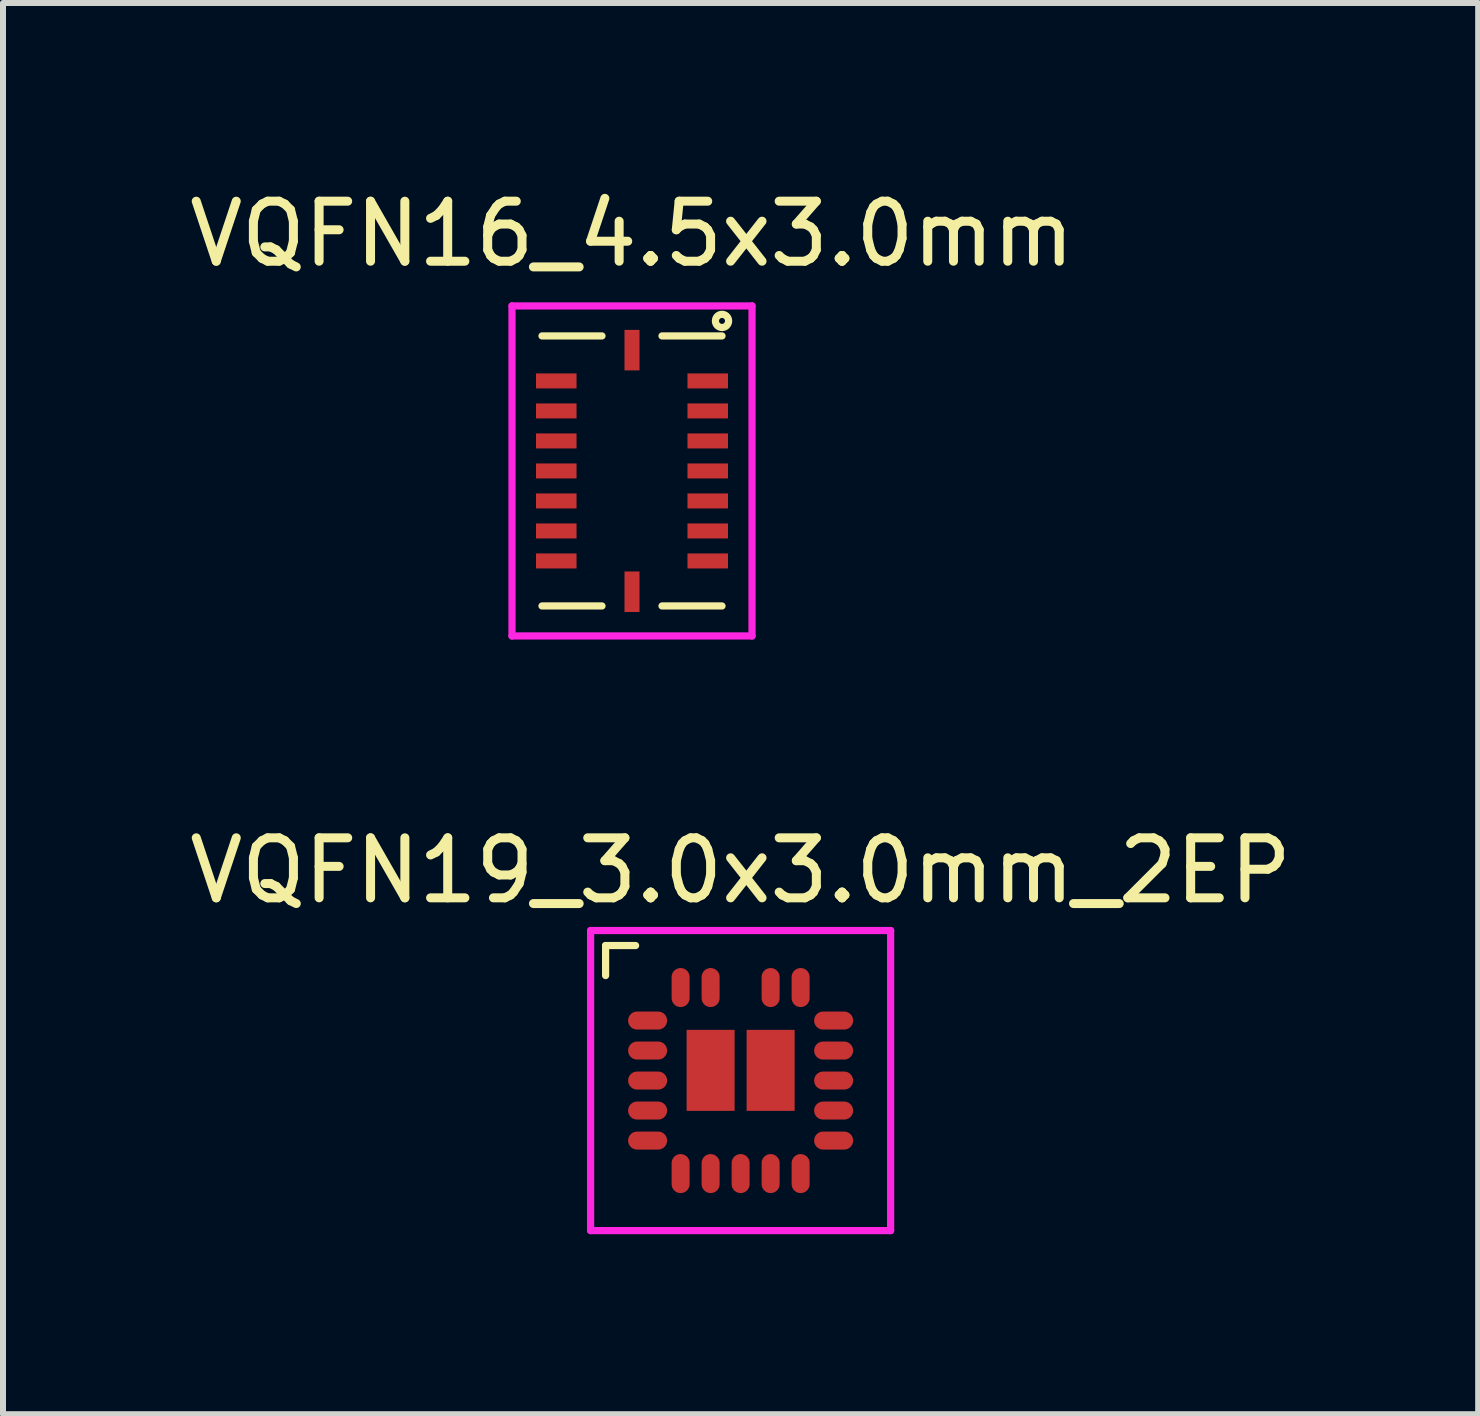
<source format=kicad_pcb>
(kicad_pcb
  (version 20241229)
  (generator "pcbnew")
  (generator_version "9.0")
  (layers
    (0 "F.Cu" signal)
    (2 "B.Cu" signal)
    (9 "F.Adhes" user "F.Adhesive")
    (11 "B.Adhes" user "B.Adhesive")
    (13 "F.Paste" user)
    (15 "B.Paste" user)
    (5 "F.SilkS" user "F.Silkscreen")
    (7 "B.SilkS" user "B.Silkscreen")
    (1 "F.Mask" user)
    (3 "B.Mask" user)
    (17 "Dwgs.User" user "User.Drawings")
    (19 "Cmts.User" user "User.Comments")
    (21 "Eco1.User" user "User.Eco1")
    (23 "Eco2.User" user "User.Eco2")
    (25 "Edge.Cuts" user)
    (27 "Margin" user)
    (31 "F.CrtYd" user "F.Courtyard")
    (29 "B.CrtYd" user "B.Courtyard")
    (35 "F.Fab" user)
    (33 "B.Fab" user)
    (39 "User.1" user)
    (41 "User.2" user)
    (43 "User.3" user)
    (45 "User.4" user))
  (footprint "VQFN19_3.0x3.0mm_2EP"
    (layer "F.Cu")
    (at 9.292 14.957)
    (property "Reference" "VQFN19_3.0x3.0mm_2EP" (at 0 -3.5 0) (layer "F.SilkS") (effects (font (size 1 1) (thickness 0.15))))
    (attr smd)
    (fp_line (start -2.25 -2.25) (end -2.25 -1.75) (stroke (width 0.12) (type solid)) (layer "F.SilkS"))
    (fp_line (start -1.75 -2.25) (end -2.25 -2.25) (stroke (width 0.12) (type solid)) (layer "F.SilkS"))
    (fp_line (start -2.5 -2.5) (end 2.5 -2.5) (stroke (width 0.12) (type solid)) (layer "F.CrtYd"))
    (fp_line (start -2.5 2.5) (end -2.5 -2.5) (stroke (width 0.12) (type solid)) (layer "F.CrtYd"))
    (fp_line (start 2.5 -2.5) (end 2.5 2.5) (stroke (width 0.12) (type solid)) (layer "F.CrtYd"))
    (fp_line (start 2.5 2.5) (end -2.5 2.5) (stroke (width 0.12) (type solid)) (layer "F.CrtYd"))
    (pad "1" smd oval (at -1.55 -1 90) (size 0.3 0.65) (layers "F.Cu" "F.Mask" "F.Paste"))
    (pad "2" smd oval (at -1.55 -0.5 90) (size 0.3 0.65) (layers "F.Cu" "F.Mask" "F.Paste"))
    (pad "3" smd oval (at -1.55 0 90) (size 0.3 0.65) (layers "F.Cu" "F.Mask" "F.Paste"))
    (pad "4" smd oval (at -1.55 0.5 90) (size 0.3 0.65) (layers "F.Cu" "F.Mask" "F.Paste"))
    (pad "5" smd oval (at -1.55 1 90) (size 0.3 0.65) (layers "F.Cu" "F.Mask" "F.Paste"))
    (pad "6" smd oval (at -1 1.55 180) (size 0.3 0.65) (layers "F.Cu" "F.Mask" "F.Paste"))
    (pad "7" smd oval (at -0.5 1.55 180) (size 0.3 0.65) (layers "F.Cu" "F.Mask" "F.Paste"))
    (pad "8" smd oval (at 0 1.55 180) (size 0.3 0.65) (layers "F.Cu" "F.Mask" "F.Paste"))
    (pad "9" smd oval (at 0.5 1.55 180) (size 0.3 0.65) (layers "F.Cu" "F.Mask" "F.Paste"))
    (pad "10" smd oval (at 1 1.55 180) (size 0.3 0.65) (layers "F.Cu" "F.Mask" "F.Paste"))
    (pad "11" smd oval (at 1.55 1 270) (size 0.3 0.65) (layers "F.Cu" "F.Mask" "F.Paste"))
    (pad "12" smd oval (at 1.55 0.5 270) (size 0.3 0.65) (layers "F.Cu" "F.Mask" "F.Paste"))
    (pad "13" smd oval (at 1.55 0 270) (size 0.3 0.65) (layers "F.Cu" "F.Mask" "F.Paste"))
    (pad "14" smd oval (at 1.55 -0.5 270) (size 0.3 0.65) (layers "F.Cu" "F.Mask" "F.Paste"))
    (pad "15" smd oval (at 1.55 -1 270) (size 0.3 0.65) (layers "F.Cu" "F.Mask" "F.Paste"))
    (pad "16" smd oval (at 1 -1.55) (size 0.3 0.65) (layers "F.Cu" "F.Mask" "F.Paste"))
    (pad "17" smd oval (at 0.5 -1.55) (size 0.3 0.65) (layers "F.Cu" "F.Mask" "F.Paste"))
    (pad "19" smd oval (at -0.5 -1.55) (size 0.3 0.65) (layers "F.Cu" "F.Mask" "F.Paste"))
    (pad "20" smd oval (at -1 -1.55) (size 0.3 0.65) (layers "F.Cu" "F.Mask" "F.Paste"))
    (pad "21" smd rect (at 0.5 -0.17) (size 0.8 1.35) (layers "F.Cu" "F.Mask" "F.Paste"))
    (pad "22" smd rect (at -0.5 -0.17) (size 0.8 1.35) (layers "F.Cu" "F.Mask" "F.Paste")))
  (footprint "VQFN16_4.5x3.0mm"
    (layer "F.Cu")
    (at 7.482 4.798)
    (property "Reference" "VQFN16_4.5x3.0mm" (at 0 -3.95 0) (layer "F.SilkS") (effects (font (size 1 1) (thickness 0.15))))
    (attr through_hole)
    (fp_line (start -1.5 -2.25) (end -0.5 -2.25) (stroke (width 0.12) (type solid)) (layer "F.SilkS"))
    (fp_line (start -1.5 2.25) (end -0.5 2.25) (stroke (width 0.12) (type solid)) (layer "F.SilkS"))
    (fp_line (start 0.5 -2.25) (end 1.5 -2.25) (stroke (width 0.12) (type solid)) (layer "F.SilkS"))
    (fp_line (start 0.5 2.25) (end 1.5 2.25) (stroke (width 0.12) (type solid)) (layer "F.SilkS"))
    (fp_circle (center 1.5 -2.5) (end 1.55 -2.5) (stroke (width 0.12) (type solid)) (fill no) (layer "F.SilkS"))
    (fp_line (start -2 -2.75) (end -2 2.75) (stroke (width 0.12) (type solid)) (layer "F.CrtYd"))
    (fp_line (start -2 2.75) (end 2 2.75) (stroke (width 0.12) (type solid)) (layer "F.CrtYd"))
    (fp_line (start 2 -2.75) (end -2 -2.75) (stroke (width 0.12) (type solid)) (layer "F.CrtYd"))
    (fp_line (start 2 2.75) (end 2 -2.75) (stroke (width 0.12) (type solid)) (layer "F.CrtYd"))
    (pad "1" smd rect (at 1.262 -1.5 90) (size 0.25 0.675) (layers "F.Cu" "F.Mask" "F.Paste"))
    (pad "2" smd rect (at 1.262 -1 90) (size 0.25 0.675) (layers "F.Cu" "F.Mask" "F.Paste"))
    (pad "3" smd rect (at 1.262 -0.5 90) (size 0.25 0.675) (layers "F.Cu" "F.Mask" "F.Paste"))
    (pad "4" smd rect (at 1.262 0 90) (size 0.25 0.675) (layers "F.Cu" "F.Mask" "F.Paste"))
    (pad "5" smd rect (at 1.262 0.5 90) (size 0.25 0.675) (layers "F.Cu" "F.Mask" "F.Paste"))
    (pad "6" smd rect (at 1.262 1 90) (size 0.25 0.675) (layers "F.Cu" "F.Mask" "F.Paste"))
    (pad "7" smd rect (at 1.262 1.5 90) (size 0.25 0.675) (layers "F.Cu" "F.Mask" "F.Paste"))
    (pad "8" smd rect (at 0 2.013 180) (size 0.25 0.675) (layers "F.Cu" "F.Mask" "F.Paste"))
    (pad "9" smd rect (at -1.262 1.5 270) (size 0.25 0.675) (layers "F.Cu" "F.Mask" "F.Paste"))
    (pad "10" smd rect (at -1.262 1 270) (size 0.25 0.675) (layers "F.Cu" "F.Mask" "F.Paste"))
    (pad "11" smd rect (at -1.262 0.5 270) (size 0.25 0.675) (layers "F.Cu" "F.Mask" "F.Paste"))
    (pad "12" smd rect (at -1.262 0 270) (size 0.25 0.675) (layers "F.Cu" "F.Mask" "F.Paste"))
    (pad "13" smd rect (at -1.262 -0.5 270) (size 0.25 0.675) (layers "F.Cu" "F.Mask" "F.Paste"))
    (pad "14" smd rect (at -1.262 -1 270) (size 0.25 0.675) (layers "F.Cu" "F.Mask" "F.Paste"))
    (pad "15" smd rect (at -1.262 -1.5 270) (size 0.25 0.675) (layers "F.Cu" "F.Mask" "F.Paste"))
    (pad "16" smd rect (at 0 -2.013) (size 0.25 0.675) (layers "F.Cu" "F.Mask" "F.Paste")))
  (gr_rect
    (start -3 -3)
    (end 21.583 20.517)
    (stroke (width 0.1) (type default))
    (fill no)
    (layer "Edge.Cuts")))
</source>
